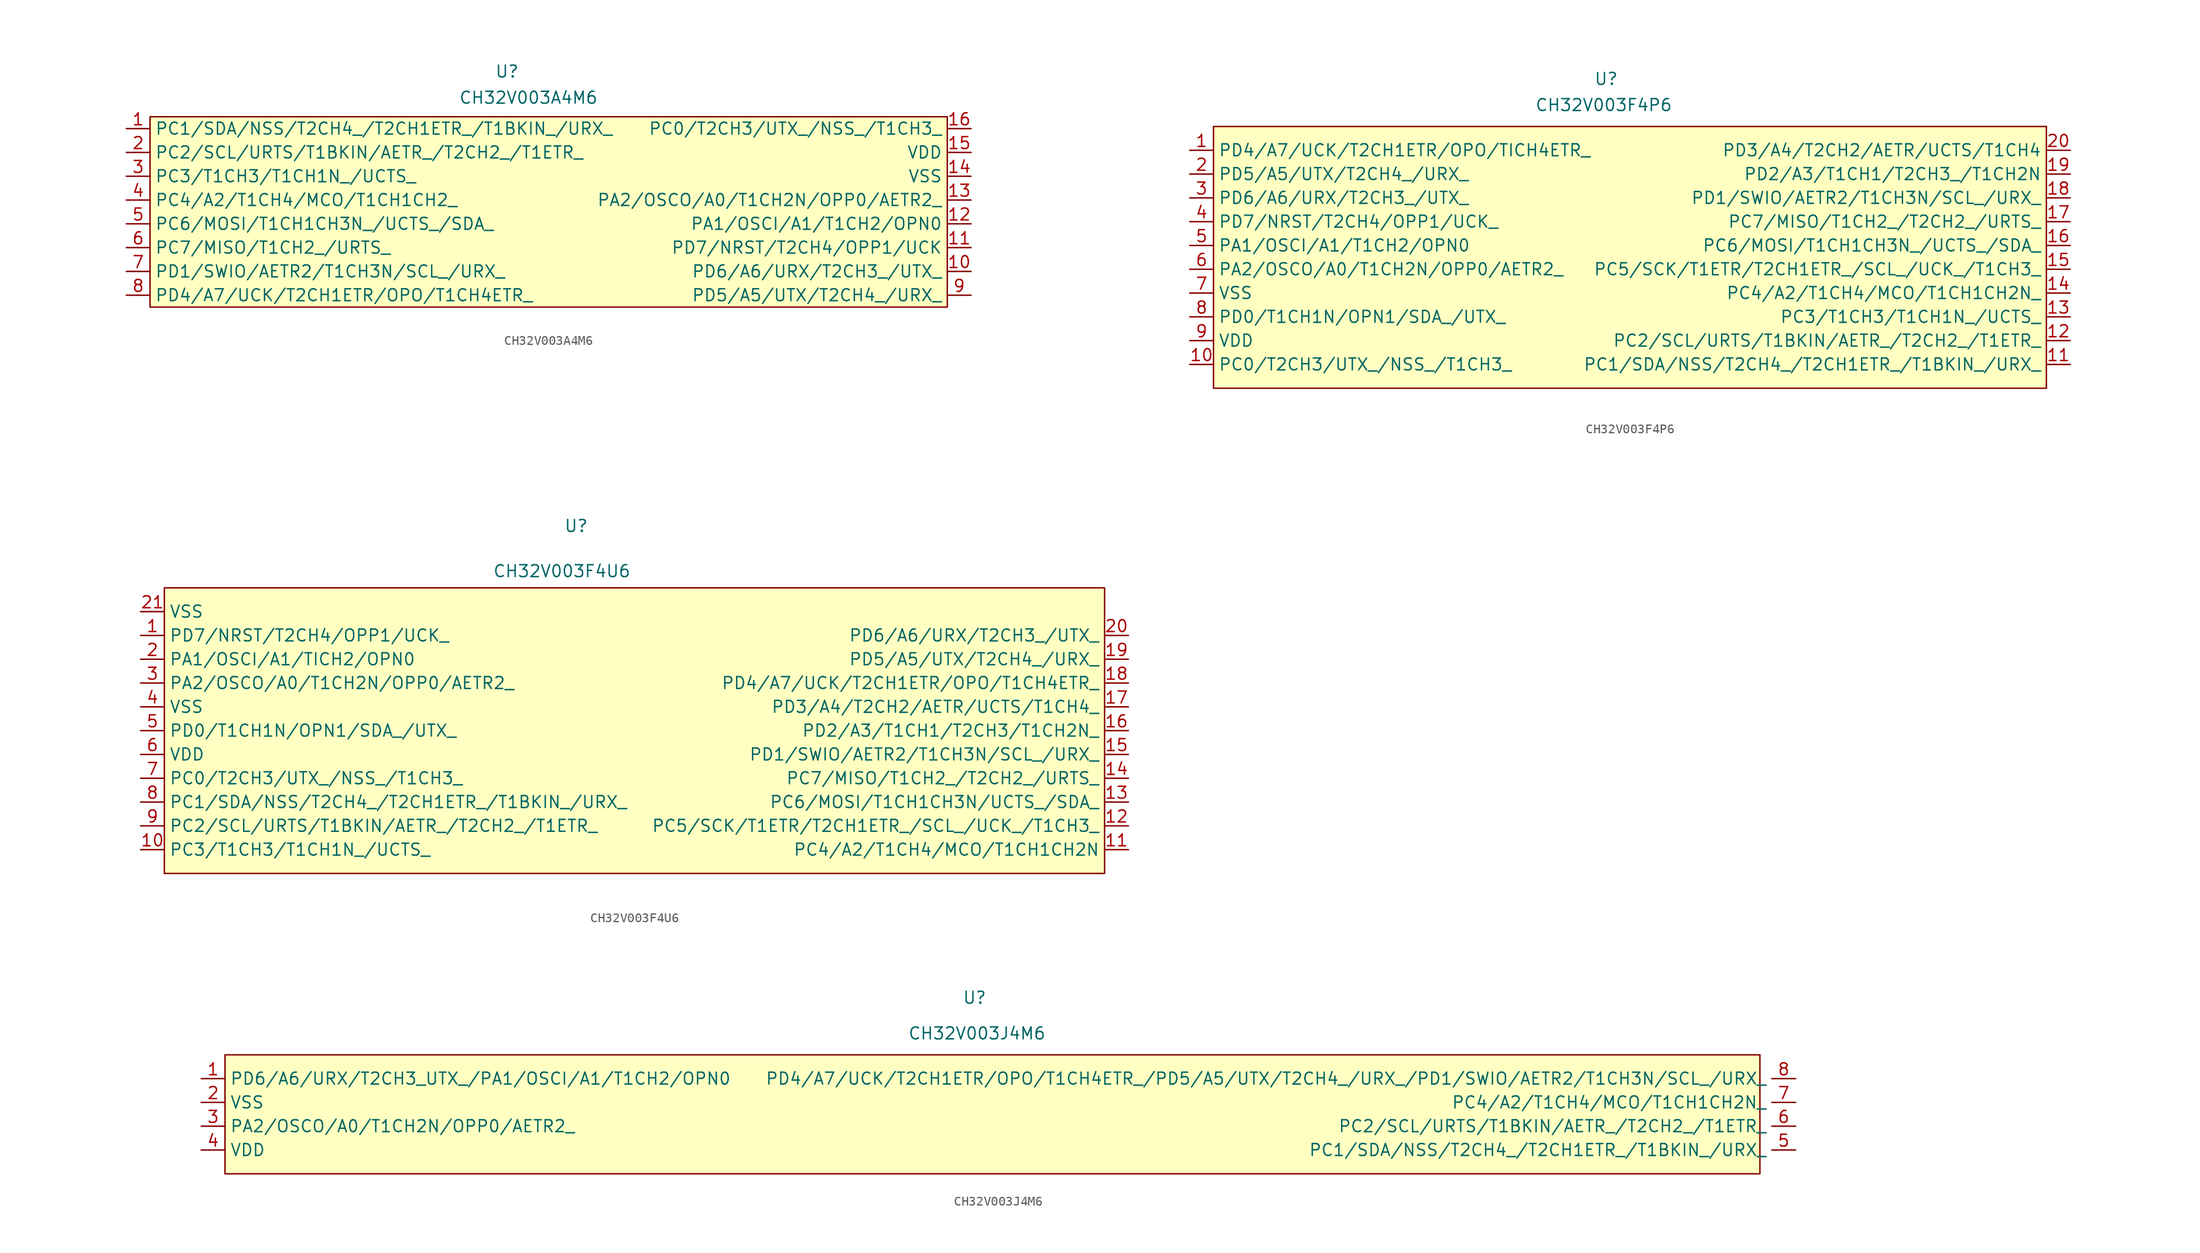
<source format=kicad_sym>
(kicad_symbol_lib
  (version 20231120)
  (generator "kicad_symbol_editor")
  (generator_version "8.0")
  (symbol "CH32V003A4M6"
    (property "Reference" "U"
      (at -3.81 14.986 0)
      (effects (font (size 1.27 1.27))))
    (property "Value" "CH32V003A4M6"
      (at -1.524 12.192 0)
      (effects (font (size 1.27 1.27))))
    (symbol "CH32V003A4M6_0_0"
      (pin input line (at -44.45 8.89 0) (length 2.54) (name "PC1/SDA/NSS/T2CH4_/T2CH1ETR_/T1BKIN_/URX_" (effects (font (size 1.27 1.27)))) (number "1" (effects (font (size 1.27 1.27)))))
      (pin input line (at 45.72 -6.35 180) (length 2.54) (name "PD6/A6/URX/T2CH3_/UTX_" (effects (font (size 1.27 1.27)))) (number "10" (effects (font (size 1.27 1.27)))))
      (pin input line (at 45.72 -3.81 180) (length 2.54) (name "PD7/NRST/T2CH4/OPP1/UCK" (effects (font (size 1.27 1.27)))) (number "11" (effects (font (size 1.27 1.27)))))
      (pin input line (at 45.72 -1.27 180) (length 2.54) (name "PA1/OSCI/A1/T1CH2/OPN0" (effects (font (size 1.27 1.27)))) (number "12" (effects (font (size 1.27 1.27)))))
      (pin input line (at 45.72 1.27 180) (length 2.54) (name "PA2/OSCO/A0/T1CH2N/OPP0/AETR2_" (effects (font (size 1.27 1.27)))) (number "13" (effects (font (size 1.27 1.27)))))
      (pin input line (at 45.72 3.81 180) (length 2.54) (name "VSS" (effects (font (size 1.27 1.27)))) (number "14" (effects (font (size 1.27 1.27)))))
      (pin input line (at 45.72 6.35 180) (length 2.54) (name "VDD" (effects (font (size 1.27 1.27)))) (number "15" (effects (font (size 1.27 1.27)))))
      (pin input line (at 45.72 8.89 180) (length 2.54) (name "PC0/T2CH3/UTX_/NSS_/T1CH3_" (effects (font (size 1.27 1.27)))) (number "16" (effects (font (size 1.27 1.27)))))
      (pin input line (at -44.45 6.35 0) (length 2.54) (name "PC2/SCL/URTS/T1BKIN/AETR_/T2CH2_/T1ETR_" (effects (font (size 1.27 1.27)))) (number "2" (effects (font (size 1.27 1.27)))))
      (pin input line (at -44.45 3.81 0) (length 2.54) (name "PC3/T1CH3/T1CH1N_/UCTS_" (effects (font (size 1.27 1.27)))) (number "3" (effects (font (size 1.27 1.27)))))
      (pin input line (at -44.45 1.27 0) (length 2.54) (name "PC4/A2/T1CH4/MCO/T1CH1CH2_" (effects (font (size 1.27 1.27)))) (number "4" (effects (font (size 1.27 1.27)))))
      (pin input line (at -44.45 -1.27 0) (length 2.54) (name "PC6/MOSI/T1CH1CH3N_/UCTS_/SDA_" (effects (font (size 1.27 1.27)))) (number "5" (effects (font (size 1.27 1.27)))))
      (pin input line (at -44.45 -3.81 0) (length 2.54) (name "PC7/MISO/T1CH2_/URTS_" (effects (font (size 1.27 1.27)))) (number "6" (effects (font (size 1.27 1.27)))))
      (pin input line (at -44.45 -6.35 0) (length 2.54) (name "PD1/SWIO/AETR2/T1CH3N/SCL_/URX_" (effects (font (size 1.27 1.27)))) (number "7" (effects (font (size 1.27 1.27)))))
      (pin input line (at -44.45 -8.89 0) (length 2.54) (name "PD4/A7/UCK/T2CH1ETR/OPO/T1CH4ETR_" (effects (font (size 1.27 1.27)))) (number "8" (effects (font (size 1.27 1.27)))))
      (pin input line (at 45.72 -8.89 180) (length 2.54) (name "PD5/A5/UTX/T2CH4_/URX_" (effects (font (size 1.27 1.27)))) (number "9" (effects (font (size 1.27 1.27))))))
    (symbol "CH32V003A4M6_1_1"
      (rectangle (start -41.91 10.16) (end 43.18 -10.16) (stroke (width 0) (type default)) (fill (type background)))))
  (symbol "CH32V003F4P6"
    (property "Reference" "U"
      (at -2.54 17.78 0)
      (effects (font (size 1.27 1.27))))
    (property "Value" "CH32V003F4P6"
      (at -2.794 14.986 0)
      (effects (font (size 1.27 1.27))))
    (symbol "CH32V003F4P6_0_0"
      (pin bidirectional line (at -46.99 10.16 0) (length 2.54) (name "PD4/A7/UCK/T2CH1ETR/OPO/TICH4ETR_" (effects (font (size 1.27 1.27)))) (number "1" (effects (font (size 1.27 1.27)))))
      (pin bidirectional line (at -46.99 -12.7 0) (length 2.54) (name "PC0/T2CH3/UTX_/NSS_/T1CH3_" (effects (font (size 1.27 1.27)))) (number "10" (effects (font (size 1.27 1.27)))))
      (pin bidirectional line (at 46.99 -12.7 180) (length 2.54) (name "PC1/SDA/NSS/T2CH4_/T2CH1ETR_/T1BKIN_/URX_" (effects (font (size 1.27 1.27)))) (number "11" (effects (font (size 1.27 1.27)))))
      (pin bidirectional line (at 46.99 -10.16 180) (length 2.54) (name "PC2/SCL/URTS/T1BKIN/AETR_/T2CH2_/T1ETR_" (effects (font (size 1.27 1.27)))) (number "12" (effects (font (size 1.27 1.27)))))
      (pin bidirectional line (at 46.99 -7.62 180) (length 2.54) (name "PC3/T1CH3/T1CH1N_/UCTS_" (effects (font (size 1.27 1.27)))) (number "13" (effects (font (size 1.27 1.27)))))
      (pin bidirectional line (at 46.99 -5.08 180) (length 2.54) (name "PC4/A2/T1CH4/MCO/T1CH1CH2N_" (effects (font (size 1.27 1.27)))) (number "14" (effects (font (size 1.27 1.27)))))
      (pin bidirectional line (at 46.99 -2.54 180) (length 2.54) (name "PC5/SCK/T1ETR/T2CH1ETR_/SCL_/UCK_/T1CH3_" (effects (font (size 1.27 1.27)))) (number "15" (effects (font (size 1.27 1.27)))))
      (pin bidirectional line (at 46.99 0 180) (length 2.54) (name "PC6/MOSI/T1CH1CH3N_/UCTS_/SDA_" (effects (font (size 1.27 1.27)))) (number "16" (effects (font (size 1.27 1.27)))))
      (pin bidirectional line (at 46.99 2.54 180) (length 2.54) (name "PC7/MISO/T1CH2_/T2CH2_/URTS_" (effects (font (size 1.27 1.27)))) (number "17" (effects (font (size 1.27 1.27)))))
      (pin bidirectional line (at 46.99 5.08 180) (length 2.54) (name "PD1/SWIO/AETR2/T1CH3N/SCL_/URX_" (effects (font (size 1.27 1.27)))) (number "18" (effects (font (size 1.27 1.27)))))
      (pin bidirectional line (at 46.99 7.62 180) (length 2.54) (name "PD2/A3/T1CH1/T2CH3_/T1CH2N" (effects (font (size 1.27 1.27)))) (number "19" (effects (font (size 1.27 1.27)))))
      (pin bidirectional line (at -46.99 7.62 0) (length 2.54) (name "PD5/A5/UTX/T2CH4_/URX_" (effects (font (size 1.27 1.27)))) (number "2" (effects (font (size 1.27 1.27)))))
      (pin bidirectional line (at 46.99 10.16 180) (length 2.54) (name "PD3/A4/T2CH2/AETR/UCTS/T1CH4" (effects (font (size 1.27 1.27)))) (number "20" (effects (font (size 1.27 1.27)))))
      (pin bidirectional line (at -46.99 5.08 0) (length 2.54) (name "PD6/A6/URX/T2CH3_/UTX_" (effects (font (size 1.27 1.27)))) (number "3" (effects (font (size 1.27 1.27)))))
      (pin bidirectional line (at -46.99 2.54 0) (length 2.54) (name "PD7/NRST/T2CH4/OPP1/UCK_" (effects (font (size 1.27 1.27)))) (number "4" (effects (font (size 1.27 1.27)))))
      (pin bidirectional line (at -46.99 0 0) (length 2.54) (name "PA1/OSCI/A1/T1CH2/OPN0" (effects (font (size 1.27 1.27)))) (number "5" (effects (font (size 1.27 1.27)))))
      (pin bidirectional line (at -46.99 -2.54 0) (length 2.54) (name "PA2/OSCO/A0/T1CH2N/OPP0/AETR2_" (effects (font (size 1.27 1.27)))) (number "6" (effects (font (size 1.27 1.27)))))
      (pin power_in line (at -46.99 -5.08 0) (length 2.54) (name "VSS" (effects (font (size 1.27 1.27)))) (number "7" (effects (font (size 1.27 1.27)))))
      (pin bidirectional line (at -46.99 -7.62 0) (length 2.54) (name "PD0/T1CH1N/OPN1/SDA_/UTX_" (effects (font (size 1.27 1.27)))) (number "8" (effects (font (size 1.27 1.27)))))
      (pin power_in line (at -46.99 -10.16 0) (length 2.54) (name "VDD" (effects (font (size 1.27 1.27)))) (number "9" (effects (font (size 1.27 1.27))))))
    (symbol "CH32V003F4P6_1_1"
      (rectangle (start -44.45 12.7) (end 44.45 -15.24) (stroke (width 0) (type default)) (fill (type background)))))
  (symbol "CH32V003F4U6"
    (property "Reference" "U"
      (at -4.318 21.844 0)
      (effects (font (size 1.27 1.27))))
    (property "Value" "CH32V003F4U6"
      (at -5.842 17.018 0)
      (effects (font (size 1.27 1.27))))
    (symbol "CH32V003F4U6_0_0"
      (pin bidirectional line (at -50.8 10.16 0) (length 2.54) (name "PD7/NRST/T2CH4/OPP1/UCK_" (effects (font (size 1.27 1.27)))) (number "1" (effects (font (size 1.27 1.27)))))
      (pin bidirectional line (at -50.8 -12.7 0) (length 2.54) (name "PC3/T1CH3/T1CH1N_/UCTS_" (effects (font (size 1.27 1.27)))) (number "10" (effects (font (size 1.27 1.27)))))
      (pin bidirectional line (at 54.61 -12.7 180) (length 2.54) (name "PC4/A2/T1CH4/MCO/T1CH1CH2N" (effects (font (size 1.27 1.27)))) (number "11" (effects (font (size 1.27 1.27)))))
      (pin bidirectional line (at 54.61 -10.16 180) (length 2.54) (name "PC5/SCK/T1ETR/T2CH1ETR_/SCL_/UCK_/T1CH3_" (effects (font (size 1.27 1.27)))) (number "12" (effects (font (size 1.27 1.27)))))
      (pin bidirectional line (at 54.61 -7.62 180) (length 2.54) (name "PC6/MOSI/T1CH1CH3N/UCTS_/SDA_" (effects (font (size 1.27 1.27)))) (number "13" (effects (font (size 1.27 1.27)))))
      (pin bidirectional line (at 54.61 -5.08 180) (length 2.54) (name "PC7/MISO/T1CH2_/T2CH2_/URTS_" (effects (font (size 1.27 1.27)))) (number "14" (effects (font (size 1.27 1.27)))))
      (pin bidirectional line (at 54.61 -2.54 180) (length 2.54) (name "PD1/SWIO/AETR2/T1CH3N/SCL_/URX_" (effects (font (size 1.27 1.27)))) (number "15" (effects (font (size 1.27 1.27)))))
      (pin bidirectional line (at 54.61 0 180) (length 2.54) (name "PD2/A3/T1CH1/T2CH3/T1CH2N_" (effects (font (size 1.27 1.27)))) (number "16" (effects (font (size 1.27 1.27)))))
      (pin bidirectional line (at 54.61 2.54 180) (length 2.54) (name "PD3/A4/T2CH2/AETR/UCTS/T1CH4_" (effects (font (size 1.27 1.27)))) (number "17" (effects (font (size 1.27 1.27)))))
      (pin bidirectional line (at 54.61 5.08 180) (length 2.54) (name "PD4/A7/UCK/T2CH1ETR/OPO/T1CH4ETR_" (effects (font (size 1.27 1.27)))) (number "18" (effects (font (size 1.27 1.27)))))
      (pin bidirectional line (at 54.61 7.62 180) (length 2.54) (name "PD5/A5/UTX/T2CH4_/URX_" (effects (font (size 1.27 1.27)))) (number "19" (effects (font (size 1.27 1.27)))))
      (pin bidirectional line (at -50.8 7.62 0) (length 2.54) (name "PA1/OSCI/A1/TICH2/OPN0" (effects (font (size 1.27 1.27)))) (number "2" (effects (font (size 1.27 1.27)))))
      (pin bidirectional line (at 54.61 10.16 180) (length 2.54) (name "PD6/A6/URX/T2CH3_/UTX_" (effects (font (size 1.27 1.27)))) (number "20" (effects (font (size 1.27 1.27)))))
      (pin power_in line (at -50.8 12.7 0) (length 2.54) (name "VSS" (effects (font (size 1.27 1.27)))) (number "21" (effects (font (size 1.27 1.27)))))
      (pin bidirectional line (at -50.8 5.08 0) (length 2.54) (name "PA2/OSCO/A0/T1CH2N/OPP0/AETR2_" (effects (font (size 1.27 1.27)))) (number "3" (effects (font (size 1.27 1.27)))))
      (pin power_in line (at -50.8 2.54 0) (length 2.54) (name "VSS" (effects (font (size 1.27 1.27)))) (number "4" (effects (font (size 1.27 1.27)))))
      (pin bidirectional line (at -50.8 0 0) (length 2.54) (name "PD0/T1CH1N/OPN1/SDA_/UTX_" (effects (font (size 1.27 1.27)))) (number "5" (effects (font (size 1.27 1.27)))))
      (pin power_in line (at -50.8 -2.54 0) (length 2.54) (name "VDD" (effects (font (size 1.27 1.27)))) (number "6" (effects (font (size 1.27 1.27)))))
      (pin bidirectional line (at -50.8 -5.08 0) (length 2.54) (name "PC0/T2CH3/UTX_/NSS_/T1CH3_" (effects (font (size 1.27 1.27)))) (number "7" (effects (font (size 1.27 1.27)))))
      (pin bidirectional line (at -50.8 -7.62 0) (length 2.54) (name "PC1/SDA/NSS/T2CH4_/T2CH1ETR_/T1BKIN_/URX_" (effects (font (size 1.27 1.27)))) (number "8" (effects (font (size 1.27 1.27)))))
      (pin bidirectional line (at -50.8 -10.16 0) (length 2.54) (name "PC2/SCL/URTS/T1BKIN/AETR_/T2CH2_/T1ETR_" (effects (font (size 1.27 1.27)))) (number "9" (effects (font (size 1.27 1.27))))))
    (symbol "CH32V003F4U6_1_1"
      (rectangle (start -48.26 15.24) (end 52.07 -15.24) (stroke (width 0) (type default)) (fill (type background)))))
  (symbol "CH32V003J4M6"
    (property "Reference" "U"
      (at -2.54 12.446 0)
      (effects (font (size 1.27 1.27))))
    (property "Value" "CH32V003J4M6"
      (at -2.286 8.636 0)
      (effects (font (size 1.27 1.27))))
    (symbol "CH32V003J4M6_0_0"
      (pin bidirectional line (at -85.09 3.81 0) (length 2.54) (name "PD6/A6/URX/T2CH3_UTX_/PA1/OSCI/A1/T1CH2/OPN0" (effects (font (size 1.27 1.27)))) (number "1" (effects (font (size 1.27 1.27)))))
      (pin power_in line (at -85.09 1.27 0) (length 2.54) (name "VSS" (effects (font (size 1.27 1.27)))) (number "2" (effects (font (size 1.27 1.27)))))
      (pin bidirectional line (at -85.09 -1.27 0) (length 2.54) (name "PA2/OSCO/A0/T1CH2N/OPP0/AETR2_" (effects (font (size 1.27 1.27)))) (number "3" (effects (font (size 1.27 1.27)))))
      (pin power_in line (at -85.09 -3.81 0) (length 2.54) (name "VDD" (effects (font (size 1.27 1.27)))) (number "4" (effects (font (size 1.27 1.27)))))
      (pin bidirectional line (at 85.09 -3.81 180) (length 2.54) (name "PC1/SDA/NSS/T2CH4_/T2CH1ETR_/T1BKIN_/URX_" (effects (font (size 1.27 1.27)))) (number "5" (effects (font (size 1.27 1.27)))))
      (pin bidirectional line (at 85.09 -1.27 180) (length 2.54) (name "PC2/SCL/URTS/T1BKIN/AETR_/T2CH2_/T1ETR_" (effects (font (size 1.27 1.27)))) (number "6" (effects (font (size 1.27 1.27)))))
      (pin bidirectional line (at 85.09 1.27 180) (length 2.54) (name "PC4/A2/T1CH4/MCO/T1CH1CH2N_" (effects (font (size 1.27 1.27)))) (number "7" (effects (font (size 1.27 1.27)))))
      (pin bidirectional line (at 85.09 3.81 180) (length 2.54) (name "PD4/A7/UCK/T2CH1ETR/OPO/T1CH4ETR_/PD5/A5/UTX/T2CH4_/URX_/PD1/SWIO/AETR2/T1CH3N/SCL_/URX_" (effects (font (size 1.27 1.27)))) (number "8" (effects (font (size 1.27 1.27))))))
    (symbol "CH32V003J4M6_1_1"
      (rectangle (start -82.55 6.35) (end 81.28 -6.35) (stroke (width 0) (type default)) (fill (type background))))))
</source>
